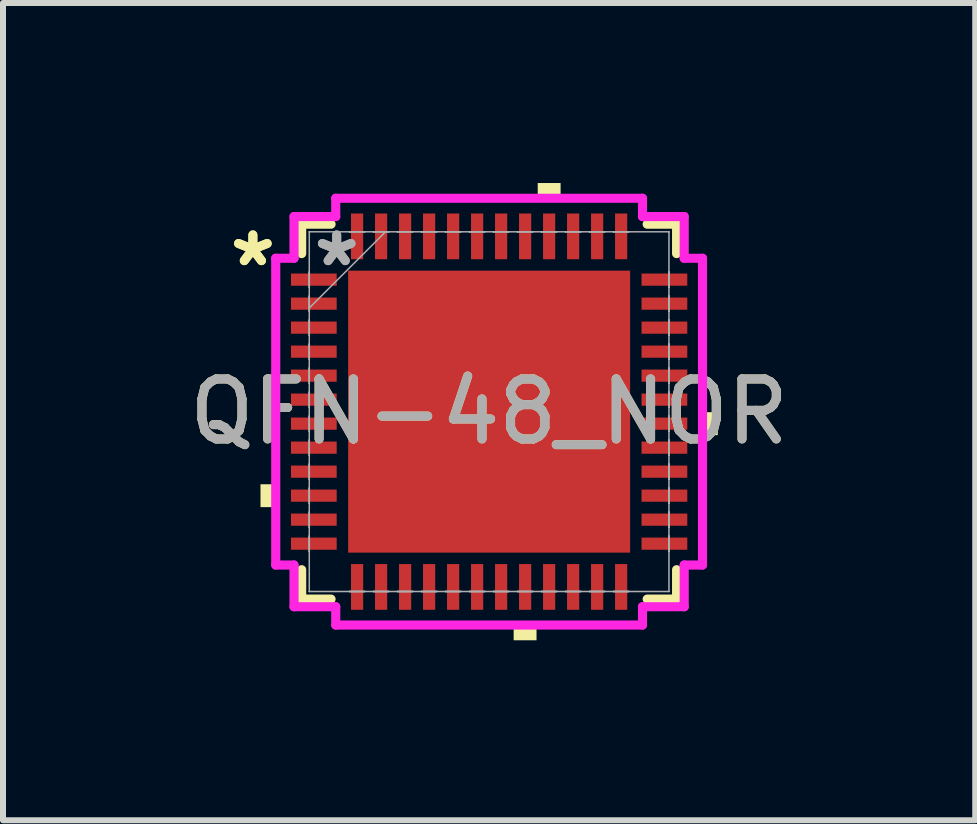
<source format=kicad_pcb>
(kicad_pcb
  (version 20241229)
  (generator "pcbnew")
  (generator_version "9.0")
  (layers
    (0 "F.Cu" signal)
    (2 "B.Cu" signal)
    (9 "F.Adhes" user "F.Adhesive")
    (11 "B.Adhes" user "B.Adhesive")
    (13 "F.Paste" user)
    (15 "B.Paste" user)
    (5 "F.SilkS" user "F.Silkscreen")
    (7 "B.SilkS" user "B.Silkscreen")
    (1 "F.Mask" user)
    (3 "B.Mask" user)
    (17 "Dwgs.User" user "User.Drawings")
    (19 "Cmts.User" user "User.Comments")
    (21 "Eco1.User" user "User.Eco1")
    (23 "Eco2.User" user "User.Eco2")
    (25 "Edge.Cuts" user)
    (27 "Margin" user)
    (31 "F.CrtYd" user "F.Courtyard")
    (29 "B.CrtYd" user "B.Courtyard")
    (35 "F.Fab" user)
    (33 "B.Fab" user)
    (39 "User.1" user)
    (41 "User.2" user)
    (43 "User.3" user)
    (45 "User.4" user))
  (footprint "QFN-48_NOR"
    (layer "F.Cu")
    (at 5.101 3.81)
    (property "Reference" "QFN-48_NOR" (at 0 0 0) (unlocked yes) (layer "F.SilkS") (effects (font (size 1 1) (thickness 0.15))))
    (attr smd)
    (fp_line (start -3.124 -3.124) (end -3.124 -2.634) (stroke (width 0.152) (type solid)) (layer "F.SilkS"))
    (fp_line (start -3.124 2.634) (end -3.124 3.124) (stroke (width 0.152) (type solid)) (layer "F.SilkS"))
    (fp_line (start -3.124 3.124) (end -2.634 3.124) (stroke (width 0.152) (type solid)) (layer "F.SilkS"))
    (fp_line (start -2.634 -3.124) (end -3.124 -3.124) (stroke (width 0.152) (type solid)) (layer "F.SilkS"))
    (fp_line (start 2.634 3.124) (end 3.124 3.124) (stroke (width 0.152) (type solid)) (layer "F.SilkS"))
    (fp_line (start 3.124 -3.124) (end 2.634 -3.124) (stroke (width 0.152) (type solid)) (layer "F.SilkS"))
    (fp_line (start 3.124 -2.634) (end 3.124 -3.124) (stroke (width 0.152) (type solid)) (layer "F.SilkS"))
    (fp_line (start 3.124 3.124) (end 3.124 2.634) (stroke (width 0.152) (type solid)) (layer "F.SilkS"))
    (fp_poly (pts (xy -3.81 1.21) (xy -3.81 1.591) (xy -3.556 1.591) (xy -3.556 1.21)) (stroke (width 0) (type solid)) (fill yes) (layer "F.SilkS"))
    (fp_poly (pts (xy 0.409 3.556) (xy 0.409 3.81) (xy 0.79 3.81) (xy 0.79 3.556)) (stroke (width 0) (type solid)) (fill yes) (layer "F.SilkS"))
    (fp_poly (pts (xy 0.81 -3.556) (xy 0.81 -3.81) (xy 1.191 -3.81) (xy 1.191 -3.556)) (stroke (width 0) (type solid)) (fill yes) (layer "F.SilkS"))
    (fp_poly (pts (xy 3.81 0.009) (xy 3.81 0.391) (xy 3.556 0.391) (xy 3.556 0.009)) (stroke (width 0) (type solid)) (fill yes) (layer "F.SilkS"))
    (fp_poly (pts (xy -2.249 -2.249) (xy -2.249 -0.883) (xy -0.883 -0.883) (xy -0.883 -2.249)) (stroke (width 0) (type solid)) (fill yes) (layer "F.Paste"))
    (fp_poly (pts (xy -2.249 -0.683) (xy -2.249 0.683) (xy -0.883 0.683) (xy -0.883 -0.683)) (stroke (width 0) (type solid)) (fill yes) (layer "F.Paste"))
    (fp_poly (pts (xy -2.249 0.883) (xy -2.249 2.249) (xy -0.883 2.249) (xy -0.883 0.883)) (stroke (width 0) (type solid)) (fill yes) (layer "F.Paste"))
    (fp_poly (pts (xy -0.683 -2.249) (xy -0.683 -0.883) (xy 0.683 -0.883) (xy 0.683 -2.249)) (stroke (width 0) (type solid)) (fill yes) (layer "F.Paste"))
    (fp_poly (pts (xy -0.683 -0.683) (xy -0.683 0.683) (xy 0.683 0.683) (xy 0.683 -0.683)) (stroke (width 0) (type solid)) (fill yes) (layer "F.Paste"))
    (fp_poly (pts (xy -0.683 0.883) (xy -0.683 2.249) (xy 0.683 2.249) (xy 0.683 0.883)) (stroke (width 0) (type solid)) (fill yes) (layer "F.Paste"))
    (fp_poly (pts (xy 0.883 -2.249) (xy 0.883 -0.883) (xy 2.249 -0.883) (xy 2.249 -2.249)) (stroke (width 0) (type solid)) (fill yes) (layer "F.Paste"))
    (fp_poly (pts (xy 0.883 -0.683) (xy 0.883 0.683) (xy 2.249 0.683) (xy 2.249 -0.683)) (stroke (width 0) (type solid)) (fill yes) (layer "F.Paste"))
    (fp_poly (pts (xy 0.883 0.883) (xy 0.883 2.249) (xy 2.249 2.249) (xy 2.249 0.883)) (stroke (width 0) (type solid)) (fill yes) (layer "F.Paste"))
    (fp_line (start -3.556 -2.556) (end -3.251 -2.556) (stroke (width 0.152) (type solid)) (layer "F.CrtYd"))
    (fp_line (start -3.556 2.556) (end -3.556 -2.556) (stroke (width 0.152) (type solid)) (layer "F.CrtYd"))
    (fp_line (start -3.251 -3.251) (end -2.556 -3.251) (stroke (width 0.152) (type solid)) (layer "F.CrtYd"))
    (fp_line (start -3.251 -2.556) (end -3.251 -3.251) (stroke (width 0.152) (type solid)) (layer "F.CrtYd"))
    (fp_line (start -3.251 2.556) (end -3.556 2.556) (stroke (width 0.152) (type solid)) (layer "F.CrtYd"))
    (fp_line (start -3.251 3.251) (end -3.251 2.556) (stroke (width 0.152) (type solid)) (layer "F.CrtYd"))
    (fp_line (start -2.556 -3.556) (end 2.556 -3.556) (stroke (width 0.152) (type solid)) (layer "F.CrtYd"))
    (fp_line (start -2.556 -3.251) (end -2.556 -3.556) (stroke (width 0.152) (type solid)) (layer "F.CrtYd"))
    (fp_line (start -2.556 3.251) (end -3.251 3.251) (stroke (width 0.152) (type solid)) (layer "F.CrtYd"))
    (fp_line (start -2.556 3.556) (end -2.556 3.251) (stroke (width 0.152) (type solid)) (layer "F.CrtYd"))
    (fp_line (start 2.556 -3.556) (end 2.556 -3.251) (stroke (width 0.152) (type solid)) (layer "F.CrtYd"))
    (fp_line (start 2.556 -3.251) (end 3.251 -3.251) (stroke (width 0.152) (type solid)) (layer "F.CrtYd"))
    (fp_line (start 2.556 3.251) (end 2.556 3.556) (stroke (width 0.152) (type solid)) (layer "F.CrtYd"))
    (fp_line (start 2.556 3.556) (end -2.556 3.556) (stroke (width 0.152) (type solid)) (layer "F.CrtYd"))
    (fp_line (start 3.251 -3.251) (end 3.251 -2.556) (stroke (width 0.152) (type solid)) (layer "F.CrtYd"))
    (fp_line (start 3.251 -2.556) (end 3.556 -2.556) (stroke (width 0.152) (type solid)) (layer "F.CrtYd"))
    (fp_line (start 3.251 2.556) (end 3.251 3.251) (stroke (width 0.152) (type solid)) (layer "F.CrtYd"))
    (fp_line (start 3.251 3.251) (end 2.556 3.251) (stroke (width 0.152) (type solid)) (layer "F.CrtYd"))
    (fp_line (start 3.556 -2.556) (end 3.556 2.556) (stroke (width 0.152) (type solid)) (layer "F.CrtYd"))
    (fp_line (start 3.556 2.556) (end 3.251 2.556) (stroke (width 0.152) (type solid)) (layer "F.CrtYd"))
    (fp_line (start -2.997 -2.997) (end -2.997 -2.997) (stroke (width 0.025) (type solid)) (layer "F.Fab"))
    (fp_line (start -2.997 -2.997) (end -2.997 2.997) (stroke (width 0.025) (type solid)) (layer "F.Fab"))
    (fp_line (start -2.997 -2.327) (end -2.997 -2.327) (stroke (width 0.025) (type solid)) (layer "F.Fab"))
    (fp_line (start -2.997 -2.327) (end -2.997 -2.073) (stroke (width 0.025) (type solid)) (layer "F.Fab"))
    (fp_line (start -2.997 -2.073) (end -2.997 -2.327) (stroke (width 0.025) (type solid)) (layer "F.Fab"))
    (fp_line (start -2.997 -2.073) (end -2.997 -2.073) (stroke (width 0.025) (type solid)) (layer "F.Fab"))
    (fp_line (start -2.997 -1.927) (end -2.997 -1.927) (stroke (width 0.025) (type solid)) (layer "F.Fab"))
    (fp_line (start -2.997 -1.927) (end -2.997 -1.673) (stroke (width 0.025) (type solid)) (layer "F.Fab"))
    (fp_line (start -2.997 -1.727) (end -1.727 -2.997) (stroke (width 0.025) (type solid)) (layer "F.Fab"))
    (fp_line (start -2.997 -1.673) (end -2.997 -1.927) (stroke (width 0.025) (type solid)) (layer "F.Fab"))
    (fp_line (start -2.997 -1.673) (end -2.997 -1.673) (stroke (width 0.025) (type solid)) (layer "F.Fab"))
    (fp_line (start -2.997 -1.527) (end -2.997 -1.527) (stroke (width 0.025) (type solid)) (layer "F.Fab"))
    (fp_line (start -2.997 -1.527) (end -2.997 -1.273) (stroke (width 0.025) (type solid)) (layer "F.Fab"))
    (fp_line (start -2.997 -1.273) (end -2.997 -1.527) (stroke (width 0.025) (type solid)) (layer "F.Fab"))
    (fp_line (start -2.997 -1.273) (end -2.997 -1.273) (stroke (width 0.025) (type solid)) (layer "F.Fab"))
    (fp_line (start -2.997 -1.127) (end -2.997 -1.127) (stroke (width 0.025) (type solid)) (layer "F.Fab"))
    (fp_line (start -2.997 -1.127) (end -2.997 -0.873) (stroke (width 0.025) (type solid)) (layer "F.Fab"))
    (fp_line (start -2.997 -0.873) (end -2.997 -1.127) (stroke (width 0.025) (type solid)) (layer "F.Fab"))
    (fp_line (start -2.997 -0.873) (end -2.997 -0.873) (stroke (width 0.025) (type solid)) (layer "F.Fab"))
    (fp_line (start -2.997 -0.727) (end -2.997 -0.727) (stroke (width 0.025) (type solid)) (layer "F.Fab"))
    (fp_line (start -2.997 -0.727) (end -2.997 -0.473) (stroke (width 0.025) (type solid)) (layer "F.Fab"))
    (fp_line (start -2.997 -0.473) (end -2.997 -0.727) (stroke (width 0.025) (type solid)) (layer "F.Fab"))
    (fp_line (start -2.997 -0.473) (end -2.997 -0.473) (stroke (width 0.025) (type solid)) (layer "F.Fab"))
    (fp_line (start -2.997 -0.327) (end -2.997 -0.327) (stroke (width 0.025) (type solid)) (layer "F.Fab"))
    (fp_line (start -2.997 -0.327) (end -2.997 -0.073) (stroke (width 0.025) (type solid)) (layer "F.Fab"))
    (fp_line (start -2.997 -0.073) (end -2.997 -0.327) (stroke (width 0.025) (type solid)) (layer "F.Fab"))
    (fp_line (start -2.997 -0.073) (end -2.997 -0.073) (stroke (width 0.025) (type solid)) (layer "F.Fab"))
    (fp_line (start -2.997 0.073) (end -2.997 0.073) (stroke (width 0.025) (type solid)) (layer "F.Fab"))
    (fp_line (start -2.997 0.073) (end -2.997 0.327) (stroke (width 0.025) (type solid)) (layer "F.Fab"))
    (fp_line (start -2.997 0.327) (end -2.997 0.073) (stroke (width 0.025) (type solid)) (layer "F.Fab"))
    (fp_line (start -2.997 0.327) (end -2.997 0.327) (stroke (width 0.025) (type solid)) (layer "F.Fab"))
    (fp_line (start -2.997 0.473) (end -2.997 0.473) (stroke (width 0.025) (type solid)) (layer "F.Fab"))
    (fp_line (start -2.997 0.473) (end -2.997 0.727) (stroke (width 0.025) (type solid)) (layer "F.Fab"))
    (fp_line (start -2.997 0.727) (end -2.997 0.473) (stroke (width 0.025) (type solid)) (layer "F.Fab"))
    (fp_line (start -2.997 0.727) (end -2.997 0.727) (stroke (width 0.025) (type solid)) (layer "F.Fab"))
    (fp_line (start -2.997 0.873) (end -2.997 0.873) (stroke (width 0.025) (type solid)) (layer "F.Fab"))
    (fp_line (start -2.997 0.873) (end -2.997 1.127) (stroke (width 0.025) (type solid)) (layer "F.Fab"))
    (fp_line (start -2.997 1.127) (end -2.997 0.873) (stroke (width 0.025) (type solid)) (layer "F.Fab"))
    (fp_line (start -2.997 1.127) (end -2.997 1.127) (stroke (width 0.025) (type solid)) (layer "F.Fab"))
    (fp_line (start -2.997 1.273) (end -2.997 1.273) (stroke (width 0.025) (type solid)) (layer "F.Fab"))
    (fp_line (start -2.997 1.273) (end -2.997 1.527) (stroke (width 0.025) (type solid)) (layer "F.Fab"))
    (fp_line (start -2.997 1.527) (end -2.997 1.273) (stroke (width 0.025) (type solid)) (layer "F.Fab"))
    (fp_line (start -2.997 1.527) (end -2.997 1.527) (stroke (width 0.025) (type solid)) (layer "F.Fab"))
    (fp_line (start -2.997 1.673) (end -2.997 1.673) (stroke (width 0.025) (type solid)) (layer "F.Fab"))
    (fp_line (start -2.997 1.673) (end -2.997 1.927) (stroke (width 0.025) (type solid)) (layer "F.Fab"))
    (fp_line (start -2.997 1.927) (end -2.997 1.673) (stroke (width 0.025) (type solid)) (layer "F.Fab"))
    (fp_line (start -2.997 1.927) (end -2.997 1.927) (stroke (width 0.025) (type solid)) (layer "F.Fab"))
    (fp_line (start -2.997 2.073) (end -2.997 2.073) (stroke (width 0.025) (type solid)) (layer "F.Fab"))
    (fp_line (start -2.997 2.073) (end -2.997 2.327) (stroke (width 0.025) (type solid)) (layer "F.Fab"))
    (fp_line (start -2.997 2.327) (end -2.997 2.073) (stroke (width 0.025) (type solid)) (layer "F.Fab"))
    (fp_line (start -2.997 2.327) (end -2.997 2.327) (stroke (width 0.025) (type solid)) (layer "F.Fab"))
    (fp_line (start -2.997 2.997) (end -2.997 2.997) (stroke (width 0.025) (type solid)) (layer "F.Fab"))
    (fp_line (start -2.997 2.997) (end 2.997 2.997) (stroke (width 0.025) (type solid)) (layer "F.Fab"))
    (fp_line (start -2.327 -2.997) (end -2.327 -2.997) (stroke (width 0.025) (type solid)) (layer "F.Fab"))
    (fp_line (start -2.327 -2.997) (end -2.073 -2.997) (stroke (width 0.025) (type solid)) (layer "F.Fab"))
    (fp_line (start -2.327 2.997) (end -2.327 2.997) (stroke (width 0.025) (type solid)) (layer "F.Fab"))
    (fp_line (start -2.327 2.997) (end -2.073 2.997) (stroke (width 0.025) (type solid)) (layer "F.Fab"))
    (fp_line (start -2.073 -2.997) (end -2.327 -2.997) (stroke (width 0.025) (type solid)) (layer "F.Fab"))
    (fp_line (start -2.073 -2.997) (end -2.073 -2.997) (stroke (width 0.025) (type solid)) (layer "F.Fab"))
    (fp_line (start -2.073 2.997) (end -2.327 2.997) (stroke (width 0.025) (type solid)) (layer "F.Fab"))
    (fp_line (start -2.073 2.997) (end -2.073 2.997) (stroke (width 0.025) (type solid)) (layer "F.Fab"))
    (fp_line (start -1.927 -2.997) (end -1.927 -2.997) (stroke (width 0.025) (type solid)) (layer "F.Fab"))
    (fp_line (start -1.927 -2.997) (end -1.673 -2.997) (stroke (width 0.025) (type solid)) (layer "F.Fab"))
    (fp_line (start -1.927 2.997) (end -1.927 2.997) (stroke (width 0.025) (type solid)) (layer "F.Fab"))
    (fp_line (start -1.927 2.997) (end -1.673 2.997) (stroke (width 0.025) (type solid)) (layer "F.Fab"))
    (fp_line (start -1.673 -2.997) (end -1.927 -2.997) (stroke (width 0.025) (type solid)) (layer "F.Fab"))
    (fp_line (start -1.673 -2.997) (end -1.673 -2.997) (stroke (width 0.025) (type solid)) (layer "F.Fab"))
    (fp_line (start -1.673 2.997) (end -1.927 2.997) (stroke (width 0.025) (type solid)) (layer "F.Fab"))
    (fp_line (start -1.673 2.997) (end -1.673 2.997) (stroke (width 0.025) (type solid)) (layer "F.Fab"))
    (fp_line (start -1.527 -2.997) (end -1.527 -2.997) (stroke (width 0.025) (type solid)) (layer "F.Fab"))
    (fp_line (start -1.527 -2.997) (end -1.273 -2.997) (stroke (width 0.025) (type solid)) (layer "F.Fab"))
    (fp_line (start -1.527 2.997) (end -1.527 2.997) (stroke (width 0.025) (type solid)) (layer "F.Fab"))
    (fp_line (start -1.527 2.997) (end -1.273 2.997) (stroke (width 0.025) (type solid)) (layer "F.Fab"))
    (fp_line (start -1.273 -2.997) (end -1.527 -2.997) (stroke (width 0.025) (type solid)) (layer "F.Fab"))
    (fp_line (start -1.273 -2.997) (end -1.273 -2.997) (stroke (width 0.025) (type solid)) (layer "F.Fab"))
    (fp_line (start -1.273 2.997) (end -1.527 2.997) (stroke (width 0.025) (type solid)) (layer "F.Fab"))
    (fp_line (start -1.273 2.997) (end -1.273 2.997) (stroke (width 0.025) (type solid)) (layer "F.Fab"))
    (fp_line (start -1.127 -2.997) (end -1.127 -2.997) (stroke (width 0.025) (type solid)) (layer "F.Fab"))
    (fp_line (start -1.127 -2.997) (end -0.873 -2.997) (stroke (width 0.025) (type solid)) (layer "F.Fab"))
    (fp_line (start -1.127 2.997) (end -1.127 2.997) (stroke (width 0.025) (type solid)) (layer "F.Fab"))
    (fp_line (start -1.127 2.997) (end -0.873 2.997) (stroke (width 0.025) (type solid)) (layer "F.Fab"))
    (fp_line (start -0.873 -2.997) (end -1.127 -2.997) (stroke (width 0.025) (type solid)) (layer "F.Fab"))
    (fp_line (start -0.873 -2.997) (end -0.873 -2.997) (stroke (width 0.025) (type solid)) (layer "F.Fab"))
    (fp_line (start -0.873 2.997) (end -1.127 2.997) (stroke (width 0.025) (type solid)) (layer "F.Fab"))
    (fp_line (start -0.873 2.997) (end -0.873 2.997) (stroke (width 0.025) (type solid)) (layer "F.Fab"))
    (fp_line (start -0.727 -2.997) (end -0.727 -2.997) (stroke (width 0.025) (type solid)) (layer "F.Fab"))
    (fp_line (start -0.727 -2.997) (end -0.473 -2.997) (stroke (width 0.025) (type solid)) (layer "F.Fab"))
    (fp_line (start -0.727 2.997) (end -0.727 2.997) (stroke (width 0.025) (type solid)) (layer "F.Fab"))
    (fp_line (start -0.727 2.997) (end -0.473 2.997) (stroke (width 0.025) (type solid)) (layer "F.Fab"))
    (fp_line (start -0.473 -2.997) (end -0.727 -2.997) (stroke (width 0.025) (type solid)) (layer "F.Fab"))
    (fp_line (start -0.473 -2.997) (end -0.473 -2.997) (stroke (width 0.025) (type solid)) (layer "F.Fab"))
    (fp_line (start -0.473 2.997) (end -0.727 2.997) (stroke (width 0.025) (type solid)) (layer "F.Fab"))
    (fp_line (start -0.473 2.997) (end -0.473 2.997) (stroke (width 0.025) (type solid)) (layer "F.Fab"))
    (fp_line (start -0.327 -2.997) (end -0.327 -2.997) (stroke (width 0.025) (type solid)) (layer "F.Fab"))
    (fp_line (start -0.327 -2.997) (end -0.073 -2.997) (stroke (width 0.025) (type solid)) (layer "F.Fab"))
    (fp_line (start -0.327 2.997) (end -0.327 2.997) (stroke (width 0.025) (type solid)) (layer "F.Fab"))
    (fp_line (start -0.327 2.997) (end -0.073 2.997) (stroke (width 0.025) (type solid)) (layer "F.Fab"))
    (fp_line (start -0.073 -2.997) (end -0.327 -2.997) (stroke (width 0.025) (type solid)) (layer "F.Fab"))
    (fp_line (start -0.073 -2.997) (end -0.073 -2.997) (stroke (width 0.025) (type solid)) (layer "F.Fab"))
    (fp_line (start -0.073 2.997) (end -0.327 2.997) (stroke (width 0.025) (type solid)) (layer "F.Fab"))
    (fp_line (start -0.073 2.997) (end -0.073 2.997) (stroke (width 0.025) (type solid)) (layer "F.Fab"))
    (fp_line (start 0.073 -2.997) (end 0.073 -2.997) (stroke (width 0.025) (type solid)) (layer "F.Fab"))
    (fp_line (start 0.073 -2.997) (end 0.327 -2.997) (stroke (width 0.025) (type solid)) (layer "F.Fab"))
    (fp_line (start 0.073 2.997) (end 0.073 2.997) (stroke (width 0.025) (type solid)) (layer "F.Fab"))
    (fp_line (start 0.073 2.997) (end 0.327 2.997) (stroke (width 0.025) (type solid)) (layer "F.Fab"))
    (fp_line (start 0.327 -2.997) (end 0.073 -2.997) (stroke (width 0.025) (type solid)) (layer "F.Fab"))
    (fp_line (start 0.327 -2.997) (end 0.327 -2.997) (stroke (width 0.025) (type solid)) (layer "F.Fab"))
    (fp_line (start 0.327 2.997) (end 0.073 2.997) (stroke (width 0.025) (type solid)) (layer "F.Fab"))
    (fp_line (start 0.327 2.997) (end 0.327 2.997) (stroke (width 0.025) (type solid)) (layer "F.Fab"))
    (fp_line (start 0.473 -2.997) (end 0.473 -2.997) (stroke (width 0.025) (type solid)) (layer "F.Fab"))
    (fp_line (start 0.473 -2.997) (end 0.727 -2.997) (stroke (width 0.025) (type solid)) (layer "F.Fab"))
    (fp_line (start 0.473 2.997) (end 0.473 2.997) (stroke (width 0.025) (type solid)) (layer "F.Fab"))
    (fp_line (start 0.473 2.997) (end 0.727 2.997) (stroke (width 0.025) (type solid)) (layer "F.Fab"))
    (fp_line (start 0.727 -2.997) (end 0.473 -2.997) (stroke (width 0.025) (type solid)) (layer "F.Fab"))
    (fp_line (start 0.727 -2.997) (end 0.727 -2.997) (stroke (width 0.025) (type solid)) (layer "F.Fab"))
    (fp_line (start 0.727 2.997) (end 0.473 2.997) (stroke (width 0.025) (type solid)) (layer "F.Fab"))
    (fp_line (start 0.727 2.997) (end 0.727 2.997) (stroke (width 0.025) (type solid)) (layer "F.Fab"))
    (fp_line (start 0.873 -2.997) (end 0.873 -2.997) (stroke (width 0.025) (type solid)) (layer "F.Fab"))
    (fp_line (start 0.873 -2.997) (end 1.127 -2.997) (stroke (width 0.025) (type solid)) (layer "F.Fab"))
    (fp_line (start 0.873 2.997) (end 0.873 2.997) (stroke (width 0.025) (type solid)) (layer "F.Fab"))
    (fp_line (start 0.873 2.997) (end 1.127 2.997) (stroke (width 0.025) (type solid)) (layer "F.Fab"))
    (fp_line (start 1.127 -2.997) (end 0.873 -2.997) (stroke (width 0.025) (type solid)) (layer "F.Fab"))
    (fp_line (start 1.127 -2.997) (end 1.127 -2.997) (stroke (width 0.025) (type solid)) (layer "F.Fab"))
    (fp_line (start 1.127 2.997) (end 0.873 2.997) (stroke (width 0.025) (type solid)) (layer "F.Fab"))
    (fp_line (start 1.127 2.997) (end 1.127 2.997) (stroke (width 0.025) (type solid)) (layer "F.Fab"))
    (fp_line (start 1.273 -2.997) (end 1.273 -2.997) (stroke (width 0.025) (type solid)) (layer "F.Fab"))
    (fp_line (start 1.273 -2.997) (end 1.527 -2.997) (stroke (width 0.025) (type solid)) (layer "F.Fab"))
    (fp_line (start 1.273 2.997) (end 1.273 2.997) (stroke (width 0.025) (type solid)) (layer "F.Fab"))
    (fp_line (start 1.273 2.997) (end 1.527 2.997) (stroke (width 0.025) (type solid)) (layer "F.Fab"))
    (fp_line (start 1.527 -2.997) (end 1.273 -2.997) (stroke (width 0.025) (type solid)) (layer "F.Fab"))
    (fp_line (start 1.527 -2.997) (end 1.527 -2.997) (stroke (width 0.025) (type solid)) (layer "F.Fab"))
    (fp_line (start 1.527 2.997) (end 1.273 2.997) (stroke (width 0.025) (type solid)) (layer "F.Fab"))
    (fp_line (start 1.527 2.997) (end 1.527 2.997) (stroke (width 0.025) (type solid)) (layer "F.Fab"))
    (fp_line (start 1.673 -2.997) (end 1.673 -2.997) (stroke (width 0.025) (type solid)) (layer "F.Fab"))
    (fp_line (start 1.673 -2.997) (end 1.927 -2.997) (stroke (width 0.025) (type solid)) (layer "F.Fab"))
    (fp_line (start 1.673 2.997) (end 1.673 2.997) (stroke (width 0.025) (type solid)) (layer "F.Fab"))
    (fp_line (start 1.673 2.997) (end 1.927 2.997) (stroke (width 0.025) (type solid)) (layer "F.Fab"))
    (fp_line (start 1.927 -2.997) (end 1.673 -2.997) (stroke (width 0.025) (type solid)) (layer "F.Fab"))
    (fp_line (start 1.927 -2.997) (end 1.927 -2.997) (stroke (width 0.025) (type solid)) (layer "F.Fab"))
    (fp_line (start 1.927 2.997) (end 1.673 2.997) (stroke (width 0.025) (type solid)) (layer "F.Fab"))
    (fp_line (start 1.927 2.997) (end 1.927 2.997) (stroke (width 0.025) (type solid)) (layer "F.Fab"))
    (fp_line (start 2.073 -2.997) (end 2.073 -2.997) (stroke (width 0.025) (type solid)) (layer "F.Fab"))
    (fp_line (start 2.073 -2.997) (end 2.327 -2.997) (stroke (width 0.025) (type solid)) (layer "F.Fab"))
    (fp_line (start 2.073 2.997) (end 2.073 2.997) (stroke (width 0.025) (type solid)) (layer "F.Fab"))
    (fp_line (start 2.073 2.997) (end 2.327 2.997) (stroke (width 0.025) (type solid)) (layer "F.Fab"))
    (fp_line (start 2.327 -2.997) (end 2.073 -2.997) (stroke (width 0.025) (type solid)) (layer "F.Fab"))
    (fp_line (start 2.327 -2.997) (end 2.327 -2.997) (stroke (width 0.025) (type solid)) (layer "F.Fab"))
    (fp_line (start 2.327 2.997) (end 2.073 2.997) (stroke (width 0.025) (type solid)) (layer "F.Fab"))
    (fp_line (start 2.327 2.997) (end 2.327 2.997) (stroke (width 0.025) (type solid)) (layer "F.Fab"))
    (fp_line (start 2.997 -2.997) (end -2.997 -2.997) (stroke (width 0.025) (type solid)) (layer "F.Fab"))
    (fp_line (start 2.997 -2.997) (end 2.997 -2.997) (stroke (width 0.025) (type solid)) (layer "F.Fab"))
    (fp_line (start 2.997 -2.327) (end 2.997 -2.327) (stroke (width 0.025) (type solid)) (layer "F.Fab"))
    (fp_line (start 2.997 -2.327) (end 2.997 -2.073) (stroke (width 0.025) (type solid)) (layer "F.Fab"))
    (fp_line (start 2.997 -2.073) (end 2.997 -2.327) (stroke (width 0.025) (type solid)) (layer "F.Fab"))
    (fp_line (start 2.997 -2.073) (end 2.997 -2.073) (stroke (width 0.025) (type solid)) (layer "F.Fab"))
    (fp_line (start 2.997 -1.927) (end 2.997 -1.927) (stroke (width 0.025) (type solid)) (layer "F.Fab"))
    (fp_line (start 2.997 -1.927) (end 2.997 -1.673) (stroke (width 0.025) (type solid)) (layer "F.Fab"))
    (fp_line (start 2.997 -1.673) (end 2.997 -1.927) (stroke (width 0.025) (type solid)) (layer "F.Fab"))
    (fp_line (start 2.997 -1.673) (end 2.997 -1.673) (stroke (width 0.025) (type solid)) (layer "F.Fab"))
    (fp_line (start 2.997 -1.527) (end 2.997 -1.527) (stroke (width 0.025) (type solid)) (layer "F.Fab"))
    (fp_line (start 2.997 -1.527) (end 2.997 -1.273) (stroke (width 0.025) (type solid)) (layer "F.Fab"))
    (fp_line (start 2.997 -1.273) (end 2.997 -1.527) (stroke (width 0.025) (type solid)) (layer "F.Fab"))
    (fp_line (start 2.997 -1.273) (end 2.997 -1.273) (stroke (width 0.025) (type solid)) (layer "F.Fab"))
    (fp_line (start 2.997 -1.127) (end 2.997 -1.127) (stroke (width 0.025) (type solid)) (layer "F.Fab"))
    (fp_line (start 2.997 -1.127) (end 2.997 -0.873) (stroke (width 0.025) (type solid)) (layer "F.Fab"))
    (fp_line (start 2.997 -0.873) (end 2.997 -1.127) (stroke (width 0.025) (type solid)) (layer "F.Fab"))
    (fp_line (start 2.997 -0.873) (end 2.997 -0.873) (stroke (width 0.025) (type solid)) (layer "F.Fab"))
    (fp_line (start 2.997 -0.727) (end 2.997 -0.727) (stroke (width 0.025) (type solid)) (layer "F.Fab"))
    (fp_line (start 2.997 -0.727) (end 2.997 -0.473) (stroke (width 0.025) (type solid)) (layer "F.Fab"))
    (fp_line (start 2.997 -0.473) (end 2.997 -0.727) (stroke (width 0.025) (type solid)) (layer "F.Fab"))
    (fp_line (start 2.997 -0.473) (end 2.997 -0.473) (stroke (width 0.025) (type solid)) (layer "F.Fab"))
    (fp_line (start 2.997 -0.327) (end 2.997 -0.327) (stroke (width 0.025) (type solid)) (layer "F.Fab"))
    (fp_line (start 2.997 -0.327) (end 2.997 -0.073) (stroke (width 0.025) (type solid)) (layer "F.Fab"))
    (fp_line (start 2.997 -0.073) (end 2.997 -0.327) (stroke (width 0.025) (type solid)) (layer "F.Fab"))
    (fp_line (start 2.997 -0.073) (end 2.997 -0.073) (stroke (width 0.025) (type solid)) (layer "F.Fab"))
    (fp_line (start 2.997 0.073) (end 2.997 0.073) (stroke (width 0.025) (type solid)) (layer "F.Fab"))
    (fp_line (start 2.997 0.073) (end 2.997 0.327) (stroke (width 0.025) (type solid)) (layer "F.Fab"))
    (fp_line (start 2.997 0.327) (end 2.997 0.073) (stroke (width 0.025) (type solid)) (layer "F.Fab"))
    (fp_line (start 2.997 0.327) (end 2.997 0.327) (stroke (width 0.025) (type solid)) (layer "F.Fab"))
    (fp_line (start 2.997 0.473) (end 2.997 0.473) (stroke (width 0.025) (type solid)) (layer "F.Fab"))
    (fp_line (start 2.997 0.473) (end 2.997 0.727) (stroke (width 0.025) (type solid)) (layer "F.Fab"))
    (fp_line (start 2.997 0.727) (end 2.997 0.473) (stroke (width 0.025) (type solid)) (layer "F.Fab"))
    (fp_line (start 2.997 0.727) (end 2.997 0.727) (stroke (width 0.025) (type solid)) (layer "F.Fab"))
    (fp_line (start 2.997 0.873) (end 2.997 0.873) (stroke (width 0.025) (type solid)) (layer "F.Fab"))
    (fp_line (start 2.997 0.873) (end 2.997 1.127) (stroke (width 0.025) (type solid)) (layer "F.Fab"))
    (fp_line (start 2.997 1.127) (end 2.997 0.873) (stroke (width 0.025) (type solid)) (layer "F.Fab"))
    (fp_line (start 2.997 1.127) (end 2.997 1.127) (stroke (width 0.025) (type solid)) (layer "F.Fab"))
    (fp_line (start 2.997 1.273) (end 2.997 1.273) (stroke (width 0.025) (type solid)) (layer "F.Fab"))
    (fp_line (start 2.997 1.273) (end 2.997 1.527) (stroke (width 0.025) (type solid)) (layer "F.Fab"))
    (fp_line (start 2.997 1.527) (end 2.997 1.273) (stroke (width 0.025) (type solid)) (layer "F.Fab"))
    (fp_line (start 2.997 1.527) (end 2.997 1.527) (stroke (width 0.025) (type solid)) (layer "F.Fab"))
    (fp_line (start 2.997 1.673) (end 2.997 1.673) (stroke (width 0.025) (type solid)) (layer "F.Fab"))
    (fp_line (start 2.997 1.673) (end 2.997 1.927) (stroke (width 0.025) (type solid)) (layer "F.Fab"))
    (fp_line (start 2.997 1.927) (end 2.997 1.673) (stroke (width 0.025) (type solid)) (layer "F.Fab"))
    (fp_line (start 2.997 1.927) (end 2.997 1.927) (stroke (width 0.025) (type solid)) (layer "F.Fab"))
    (fp_line (start 2.997 2.073) (end 2.997 2.073) (stroke (width 0.025) (type solid)) (layer "F.Fab"))
    (fp_line (start 2.997 2.073) (end 2.997 2.327) (stroke (width 0.025) (type solid)) (layer "F.Fab"))
    (fp_line (start 2.997 2.327) (end 2.997 2.073) (stroke (width 0.025) (type solid)) (layer "F.Fab"))
    (fp_line (start 2.997 2.327) (end 2.997 2.327) (stroke (width 0.025) (type solid)) (layer "F.Fab"))
    (fp_line (start 2.997 2.997) (end 2.997 -2.997) (stroke (width 0.025) (type solid)) (layer "F.Fab"))
    (fp_line (start 2.997 2.997) (end 2.997 2.997) (stroke (width 0.025) (type solid)) (layer "F.Fab"))
    (fp_text user "*" (at -3.937 -2.4 0) (layer "F.SilkS") (effects (font (size 1 1) (thickness 0.15))))
    (fp_text user "*" (at -3.937 -2.4 0) (unlocked yes) (layer "F.SilkS") (effects (font (size 1 1) (thickness 0.15))))
    (fp_text user "*" (at -2.54 -2.4 0) (layer "F.Fab") (effects (font (size 1 1) (thickness 0.15))))
    (fp_text user "*" (at -2.54 -2.4 0) (unlocked yes) (layer "F.Fab") (effects (font (size 1 1) (thickness 0.15))))
    (fp_text user "${REFERENCE}" (at 0 0 0) (unlocked yes) (layer "F.Fab") (effects (font (size 1 1) (thickness 0.15))))
    (pad "1" smd rect (at -2.921 -2.2 90) (size 0.203 0.762) (layers "F.Cu" "F.Mask" "F.Paste"))
    (pad "2" smd rect (at -2.921 -1.8 90) (size 0.203 0.762) (layers "F.Cu" "F.Mask" "F.Paste"))
    (pad "3" smd rect (at -2.921 -1.4 90) (size 0.203 0.762) (layers "F.Cu" "F.Mask" "F.Paste"))
    (pad "4" smd rect (at -2.921 -1 90) (size 0.203 0.762) (layers "F.Cu" "F.Mask" "F.Paste"))
    (pad "5" smd rect (at -2.921 -0.6 90) (size 0.203 0.762) (layers "F.Cu" "F.Mask" "F.Paste"))
    (pad "6" smd rect (at -2.921 -0.2 90) (size 0.203 0.762) (layers "F.Cu" "F.Mask" "F.Paste"))
    (pad "7" smd rect (at -2.921 0.2 90) (size 0.203 0.762) (layers "F.Cu" "F.Mask" "F.Paste"))
    (pad "8" smd rect (at -2.921 0.6 90) (size 0.203 0.762) (layers "F.Cu" "F.Mask" "F.Paste"))
    (pad "9" smd rect (at -2.921 1 90) (size 0.203 0.762) (layers "F.Cu" "F.Mask" "F.Paste"))
    (pad "10" smd rect (at -2.921 1.4 90) (size 0.203 0.762) (layers "F.Cu" "F.Mask" "F.Paste"))
    (pad "11" smd rect (at -2.921 1.8 90) (size 0.203 0.762) (layers "F.Cu" "F.Mask" "F.Paste"))
    (pad "12" smd rect (at -2.921 2.2 90) (size 0.203 0.762) (layers "F.Cu" "F.Mask" "F.Paste"))
    (pad "13" smd rect (at -2.2 2.921) (size 0.203 0.762) (layers "F.Cu" "F.Mask" "F.Paste"))
    (pad "14" smd rect (at -1.8 2.921) (size 0.203 0.762) (layers "F.Cu" "F.Mask" "F.Paste"))
    (pad "15" smd rect (at -1.4 2.921) (size 0.203 0.762) (layers "F.Cu" "F.Mask" "F.Paste"))
    (pad "16" smd rect (at -1 2.921) (size 0.203 0.762) (layers "F.Cu" "F.Mask" "F.Paste"))
    (pad "17" smd rect (at -0.6 2.921) (size 0.203 0.762) (layers "F.Cu" "F.Mask" "F.Paste"))
    (pad "18" smd rect (at -0.2 2.921) (size 0.203 0.762) (layers "F.Cu" "F.Mask" "F.Paste"))
    (pad "19" smd rect (at 0.2 2.921) (size 0.203 0.762) (layers "F.Cu" "F.Mask" "F.Paste"))
    (pad "20" smd rect (at 0.6 2.921) (size 0.203 0.762) (layers "F.Cu" "F.Mask" "F.Paste"))
    (pad "21" smd rect (at 1 2.921) (size 0.203 0.762) (layers "F.Cu" "F.Mask" "F.Paste"))
    (pad "22" smd rect (at 1.4 2.921) (size 0.203 0.762) (layers "F.Cu" "F.Mask" "F.Paste"))
    (pad "23" smd rect (at 1.8 2.921) (size 0.203 0.762) (layers "F.Cu" "F.Mask" "F.Paste"))
    (pad "24" smd rect (at 2.2 2.921) (size 0.203 0.762) (layers "F.Cu" "F.Mask" "F.Paste"))
    (pad "25" smd rect (at 2.921 2.2 90) (size 0.203 0.762) (layers "F.Cu" "F.Mask" "F.Paste"))
    (pad "26" smd rect (at 2.921 1.8 90) (size 0.203 0.762) (layers "F.Cu" "F.Mask" "F.Paste"))
    (pad "27" smd rect (at 2.921 1.4 90) (size 0.203 0.762) (layers "F.Cu" "F.Mask" "F.Paste"))
    (pad "28" smd rect (at 2.921 1 90) (size 0.203 0.762) (layers "F.Cu" "F.Mask" "F.Paste"))
    (pad "29" smd rect (at 2.921 0.6 90) (size 0.203 0.762) (layers "F.Cu" "F.Mask" "F.Paste"))
    (pad "30" smd rect (at 2.921 0.2 90) (size 0.203 0.762) (layers "F.Cu" "F.Mask" "F.Paste"))
    (pad "31" smd rect (at 2.921 -0.2 90) (size 0.203 0.762) (layers "F.Cu" "F.Mask" "F.Paste"))
    (pad "32" smd rect (at 2.921 -0.6 90) (size 0.203 0.762) (layers "F.Cu" "F.Mask" "F.Paste"))
    (pad "33" smd rect (at 2.921 -1 90) (size 0.203 0.762) (layers "F.Cu" "F.Mask" "F.Paste"))
    (pad "34" smd rect (at 2.921 -1.4 90) (size 0.203 0.762) (layers "F.Cu" "F.Mask" "F.Paste"))
    (pad "35" smd rect (at 2.921 -1.8 90) (size 0.203 0.762) (layers "F.Cu" "F.Mask" "F.Paste"))
    (pad "36" smd rect (at 2.921 -2.2 90) (size 0.203 0.762) (layers "F.Cu" "F.Mask" "F.Paste"))
    (pad "37" smd rect (at 2.2 -2.921) (size 0.203 0.762) (layers "F.Cu" "F.Mask" "F.Paste"))
    (pad "38" smd rect (at 1.8 -2.921) (size 0.203 0.762) (layers "F.Cu" "F.Mask" "F.Paste"))
    (pad "39" smd rect (at 1.4 -2.921) (size 0.203 0.762) (layers "F.Cu" "F.Mask" "F.Paste"))
    (pad "40" smd rect (at 1 -2.921) (size 0.203 0.762) (layers "F.Cu" "F.Mask" "F.Paste"))
    (pad "41" smd rect (at 0.6 -2.921) (size 0.203 0.762) (layers "F.Cu" "F.Mask" "F.Paste"))
    (pad "42" smd rect (at 0.2 -2.921) (size 0.203 0.762) (layers "F.Cu" "F.Mask" "F.Paste"))
    (pad "43" smd rect (at -0.2 -2.921) (size 0.203 0.762) (layers "F.Cu" "F.Mask" "F.Paste"))
    (pad "44" smd rect (at -0.6 -2.921) (size 0.203 0.762) (layers "F.Cu" "F.Mask" "F.Paste"))
    (pad "45" smd rect (at -1 -2.921) (size 0.203 0.762) (layers "F.Cu" "F.Mask" "F.Paste"))
    (pad "46" smd rect (at -1.4 -2.921) (size 0.203 0.762) (layers "F.Cu" "F.Mask" "F.Paste"))
    (pad "47" smd rect (at -1.8 -2.921) (size 0.203 0.762) (layers "F.Cu" "F.Mask" "F.Paste"))
    (pad "48" smd rect (at -2.2 -2.921) (size 0.203 0.762) (layers "F.Cu" "F.Mask" "F.Paste"))
    (pad "49" smd rect (at 0 0) (size 4.699 4.699) (layers "F.Cu" "F.Mask")))
  (gr_rect
    (start -3 -3)
    (end 13.202 10.62)
    (stroke (width 0.1) (type default))
    (fill no)
    (layer "Edge.Cuts")))
</source>
